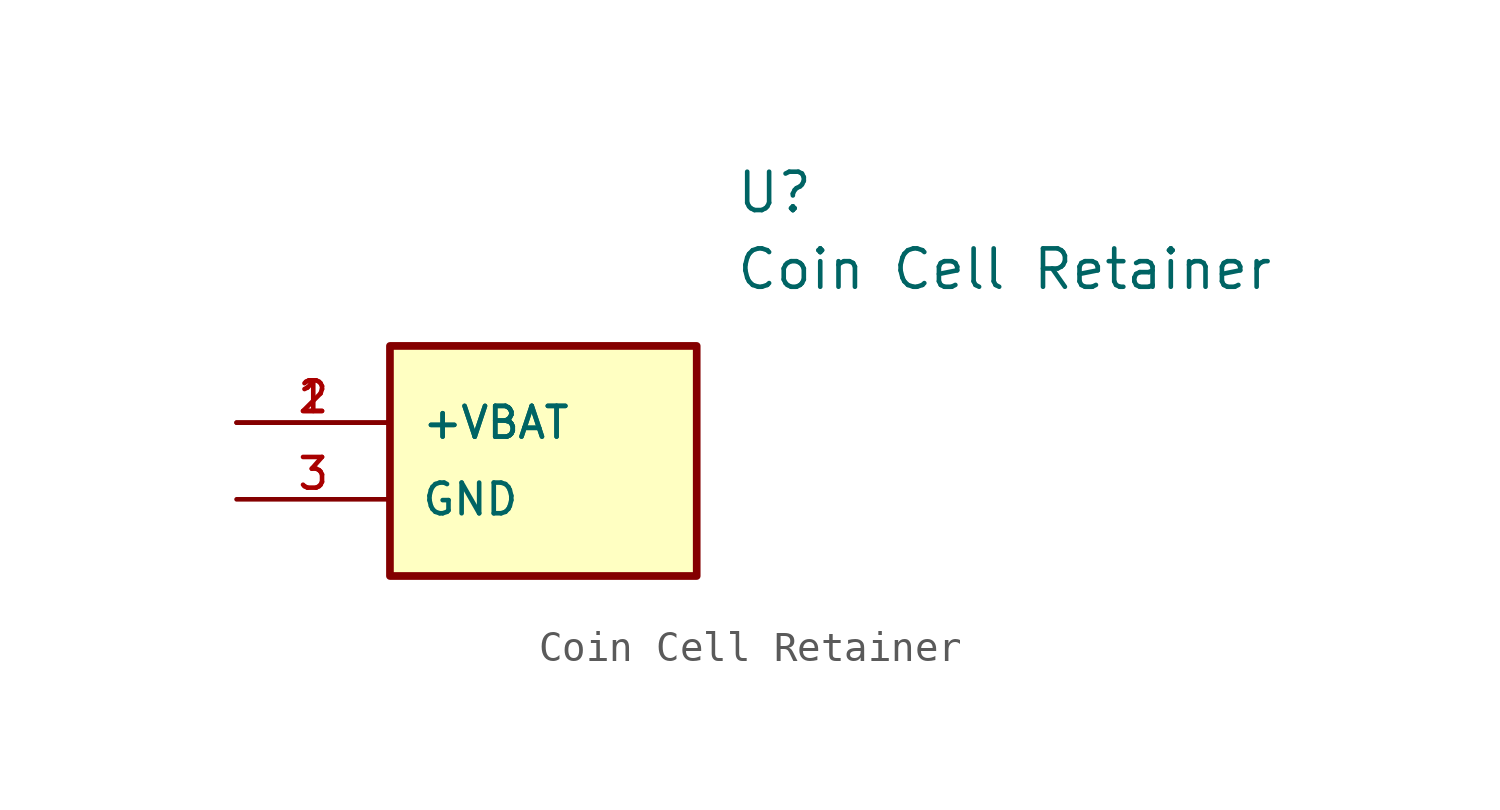
<source format=kicad_sym>
(kicad_symbol_lib
  (version 20220914)
  (generator kicad_symbol_editor)
  (symbol "Coin Cell Retainer"
    (pin_names
      (offset 1.016))
    (property "Reference" "U"
      (at 16.51 7.62 0)
      (effects (font (size 1.27 1.27)) (justify left)))
    (property "Value" "Coin Cell Retainer"
      (at 16.51 5.08 0)
      (effects (font (size 1.27 1.27)) (justify left)))
    (symbol "Coin Cell Retainer_0_0"
      (rectangle (start 5.08 2.54) (end 15.24 -5.08) (stroke (width 0.254) (type default)) (fill (type background)))
      (pin bidirectional line (at 0 0 0) (length 5.08) (name "+VBAT" (effects (font (size 1.016 1.016)))) (number "2" (effects (font (size 1.016 1.016)))))
      (pin bidirectional line (at 0 -2.54 0) (length 5.08) (name "GND" (effects (font (size 1.016 1.016)))) (number "3" (effects (font (size 1.016 1.016))))))
    (symbol "Coin Cell Retainer_1_0"
      (pin bidirectional line (at 0 0 0) (length 5.08) (name "+VBAT" (effects (font (size 1.016 1.016)))) (number "1" (effects (font (size 1.016 1.016))))))))
</source>
